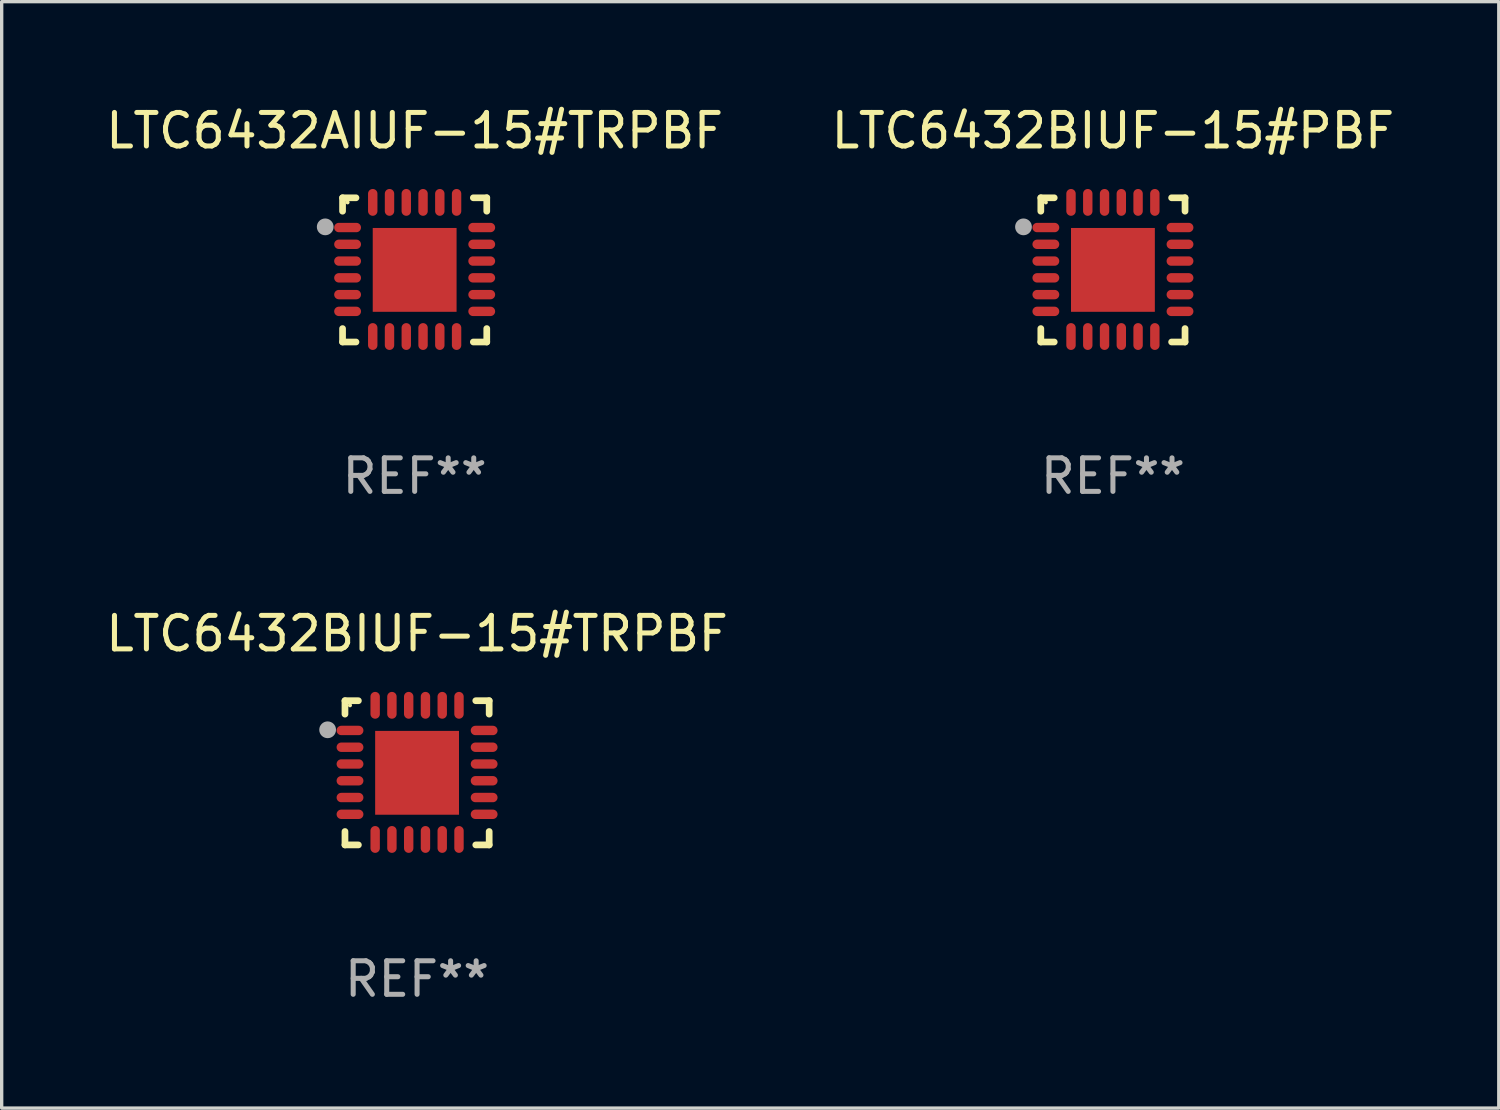
<source format=kicad_pcb>
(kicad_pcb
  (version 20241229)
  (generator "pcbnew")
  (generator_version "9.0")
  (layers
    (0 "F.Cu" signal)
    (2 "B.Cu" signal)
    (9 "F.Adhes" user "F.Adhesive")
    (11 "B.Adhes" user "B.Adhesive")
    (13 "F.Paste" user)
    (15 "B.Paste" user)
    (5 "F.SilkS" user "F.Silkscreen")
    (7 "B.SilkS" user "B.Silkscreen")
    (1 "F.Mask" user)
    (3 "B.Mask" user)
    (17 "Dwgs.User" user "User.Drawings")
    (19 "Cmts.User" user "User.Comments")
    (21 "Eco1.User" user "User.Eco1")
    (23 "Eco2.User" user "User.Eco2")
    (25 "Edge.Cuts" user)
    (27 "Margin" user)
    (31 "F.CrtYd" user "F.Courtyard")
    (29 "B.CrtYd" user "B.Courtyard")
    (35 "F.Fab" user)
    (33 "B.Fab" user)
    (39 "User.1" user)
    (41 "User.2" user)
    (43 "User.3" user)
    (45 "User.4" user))
  (footprint "LTC6432BIUF-15#PBF"
    (layer "F.Cu")
    (at 30.137 4.998)
    (property "Reference" "LTC6432BIUF-15#PBF" (at 0 -4.15 0) (layer "F.SilkS") (effects (font (size 1 1) (thickness 0.15))))
    (attr through_hole)
    (fp_line (start -2.15 -2.15) (end -1.75 -2.15) (stroke (width 0.2) (type solid)) (layer "F.SilkS"))
    (fp_line (start -2.15 -1.75) (end -2.15 -2.15) (stroke (width 0.2) (type solid)) (layer "F.SilkS"))
    (fp_line (start -2.15 2.15) (end -2.15 1.75) (stroke (width 0.2) (type solid)) (layer "F.SilkS"))
    (fp_line (start -1.75 2.15) (end -2.15 2.15) (stroke (width 0.2) (type solid)) (layer "F.SilkS"))
    (fp_line (start 1.75 -2.15) (end 2.15 -2.15) (stroke (width 0.2) (type solid)) (layer "F.SilkS"))
    (fp_line (start 1.75 2.15) (end 2.15 2.15) (stroke (width 0.2) (type solid)) (layer "F.SilkS"))
    (fp_line (start 2.15 -2.15) (end 2.15 -1.75) (stroke (width 0.2) (type solid)) (layer "F.SilkS"))
    (fp_line (start 2.15 2.15) (end 2.15 1.75) (stroke (width 0.2) (type solid)) (layer "F.SilkS"))
    (fp_circle (center -2 -2.013) (end -1.97 -2.013) (stroke (width 0.06) (type solid)) (fill no) (layer "F.SilkS"))
    (fp_circle (center -2.667 -1.283) (end -2.542 -1.283) (stroke (width 0.25) (type solid)) (fill no) (layer "F.Fab"))
    (fp_text user "REF**" (at 0 6.15 0) (layer "F.Fab") (effects (font (size 1 1) (thickness 0.15))))
    (pad "1" smd oval (at -2 -1.263) (size 0.8 0.28) (layers "F.Cu" "F.Mask" "F.Paste"))
    (pad "2" smd oval (at -2 -0.763) (size 0.8 0.28) (layers "F.Cu" "F.Mask" "F.Paste"))
    (pad "3" smd oval (at -2 -0.263) (size 0.8 0.28) (layers "F.Cu" "F.Mask" "F.Paste"))
    (pad "4" smd oval (at -2 0.237) (size 0.8 0.28) (layers "F.Cu" "F.Mask" "F.Paste"))
    (pad "5" smd oval (at -2 0.737) (size 0.8 0.28) (layers "F.Cu" "F.Mask" "F.Paste"))
    (pad "6" smd oval (at -2 1.237) (size 0.8 0.28) (layers "F.Cu" "F.Mask" "F.Paste"))
    (pad "7" smd oval (at -1.25 1.987) (size 0.28 0.8) (layers "F.Cu" "F.Mask" "F.Paste"))
    (pad "8" smd oval (at -0.75 1.987) (size 0.28 0.8) (layers "F.Cu" "F.Mask" "F.Paste"))
    (pad "9" smd oval (at -0.25 1.987) (size 0.28 0.8) (layers "F.Cu" "F.Mask" "F.Paste"))
    (pad "10" smd oval (at 0.25 1.987) (size 0.28 0.8) (layers "F.Cu" "F.Mask" "F.Paste"))
    (pad "11" smd oval (at 0.75 1.987) (size 0.28 0.8) (layers "F.Cu" "F.Mask" "F.Paste"))
    (pad "12" smd oval (at 1.25 1.987) (size 0.28 0.8) (layers "F.Cu" "F.Mask" "F.Paste"))
    (pad "13" smd oval (at 2 1.237) (size 0.8 0.28) (layers "F.Cu" "F.Mask" "F.Paste"))
    (pad "14" smd oval (at 2 0.737) (size 0.8 0.28) (layers "F.Cu" "F.Mask" "F.Paste"))
    (pad "15" smd oval (at 2 0.237) (size 0.8 0.28) (layers "F.Cu" "F.Mask" "F.Paste"))
    (pad "16" smd oval (at 2 -0.263) (size 0.8 0.28) (layers "F.Cu" "F.Mask" "F.Paste"))
    (pad "17" smd oval (at 2 -0.763) (size 0.8 0.28) (layers "F.Cu" "F.Mask" "F.Paste"))
    (pad "18" smd oval (at 2 -1.263) (size 0.8 0.28) (layers "F.Cu" "F.Mask" "F.Paste"))
    (pad "19" smd oval (at 1.25 -2.013) (size 0.28 0.8) (layers "F.Cu" "F.Mask" "F.Paste"))
    (pad "20" smd oval (at 0.75 -2.013) (size 0.28 0.8) (layers "F.Cu" "F.Mask" "F.Paste"))
    (pad "21" smd oval (at 0.25 -2.013) (size 0.28 0.8) (layers "F.Cu" "F.Mask" "F.Paste"))
    (pad "22" smd oval (at -0.25 -2.013) (size 0.28 0.8) (layers "F.Cu" "F.Mask" "F.Paste"))
    (pad "23" smd oval (at -0.75 -2.013) (size 0.28 0.8) (layers "F.Cu" "F.Mask" "F.Paste"))
    (pad "24" smd oval (at -1.25 -2.013) (size 0.28 0.8) (layers "F.Cu" "F.Mask" "F.Paste"))
    (pad "25" smd rect (at -0.000127 -0.00014) (size 2.5 2.5) (layers "F.Cu" "F.Mask" "F.Paste")))
  (footprint "LTC6432BIUF-15#TRPBF"
    (layer "F.Cu")
    (at 9.387 19.995)
    (property "Reference" "LTC6432BIUF-15#TRPBF" (at 0 -4.15 0) (layer "F.SilkS") (effects (font (size 1 1) (thickness 0.15))))
    (attr through_hole)
    (fp_line (start -2.15 -2.15) (end -1.75 -2.15) (stroke (width 0.2) (type solid)) (layer "F.SilkS"))
    (fp_line (start -2.15 -1.75) (end -2.15 -2.15) (stroke (width 0.2) (type solid)) (layer "F.SilkS"))
    (fp_line (start -2.15 2.15) (end -2.15 1.75) (stroke (width 0.2) (type solid)) (layer "F.SilkS"))
    (fp_line (start -1.75 2.15) (end -2.15 2.15) (stroke (width 0.2) (type solid)) (layer "F.SilkS"))
    (fp_line (start 1.75 -2.15) (end 2.15 -2.15) (stroke (width 0.2) (type solid)) (layer "F.SilkS"))
    (fp_line (start 1.75 2.15) (end 2.15 2.15) (stroke (width 0.2) (type solid)) (layer "F.SilkS"))
    (fp_line (start 2.15 -2.15) (end 2.15 -1.75) (stroke (width 0.2) (type solid)) (layer "F.SilkS"))
    (fp_line (start 2.15 2.15) (end 2.15 1.75) (stroke (width 0.2) (type solid)) (layer "F.SilkS"))
    (fp_circle (center -2 -2.013) (end -1.97 -2.013) (stroke (width 0.06) (type solid)) (fill no) (layer "F.SilkS"))
    (fp_circle (center -2.667 -1.283) (end -2.542 -1.283) (stroke (width 0.25) (type solid)) (fill no) (layer "F.Fab"))
    (fp_text user "REF**" (at 0 6.15 0) (layer "F.Fab") (effects (font (size 1 1) (thickness 0.15))))
    (pad "1" smd oval (at -2 -1.263) (size 0.8 0.28) (layers "F.Cu" "F.Mask" "F.Paste"))
    (pad "2" smd oval (at -2 -0.763) (size 0.8 0.28) (layers "F.Cu" "F.Mask" "F.Paste"))
    (pad "3" smd oval (at -2 -0.263) (size 0.8 0.28) (layers "F.Cu" "F.Mask" "F.Paste"))
    (pad "4" smd oval (at -2 0.237) (size 0.8 0.28) (layers "F.Cu" "F.Mask" "F.Paste"))
    (pad "5" smd oval (at -2 0.737) (size 0.8 0.28) (layers "F.Cu" "F.Mask" "F.Paste"))
    (pad "6" smd oval (at -2 1.237) (size 0.8 0.28) (layers "F.Cu" "F.Mask" "F.Paste"))
    (pad "7" smd oval (at -1.25 1.987) (size 0.28 0.8) (layers "F.Cu" "F.Mask" "F.Paste"))
    (pad "8" smd oval (at -0.75 1.987) (size 0.28 0.8) (layers "F.Cu" "F.Mask" "F.Paste"))
    (pad "9" smd oval (at -0.25 1.987) (size 0.28 0.8) (layers "F.Cu" "F.Mask" "F.Paste"))
    (pad "10" smd oval (at 0.25 1.987) (size 0.28 0.8) (layers "F.Cu" "F.Mask" "F.Paste"))
    (pad "11" smd oval (at 0.75 1.987) (size 0.28 0.8) (layers "F.Cu" "F.Mask" "F.Paste"))
    (pad "12" smd oval (at 1.25 1.987) (size 0.28 0.8) (layers "F.Cu" "F.Mask" "F.Paste"))
    (pad "13" smd oval (at 2 1.237) (size 0.8 0.28) (layers "F.Cu" "F.Mask" "F.Paste"))
    (pad "14" smd oval (at 2 0.737) (size 0.8 0.28) (layers "F.Cu" "F.Mask" "F.Paste"))
    (pad "15" smd oval (at 2 0.237) (size 0.8 0.28) (layers "F.Cu" "F.Mask" "F.Paste"))
    (pad "16" smd oval (at 2 -0.263) (size 0.8 0.28) (layers "F.Cu" "F.Mask" "F.Paste"))
    (pad "17" smd oval (at 2 -0.763) (size 0.8 0.28) (layers "F.Cu" "F.Mask" "F.Paste"))
    (pad "18" smd oval (at 2 -1.263) (size 0.8 0.28) (layers "F.Cu" "F.Mask" "F.Paste"))
    (pad "19" smd oval (at 1.25 -2.013) (size 0.28 0.8) (layers "F.Cu" "F.Mask" "F.Paste"))
    (pad "20" smd oval (at 0.75 -2.013) (size 0.28 0.8) (layers "F.Cu" "F.Mask" "F.Paste"))
    (pad "21" smd oval (at 0.25 -2.013) (size 0.28 0.8) (layers "F.Cu" "F.Mask" "F.Paste"))
    (pad "22" smd oval (at -0.25 -2.013) (size 0.28 0.8) (layers "F.Cu" "F.Mask" "F.Paste"))
    (pad "23" smd oval (at -0.75 -2.013) (size 0.28 0.8) (layers "F.Cu" "F.Mask" "F.Paste"))
    (pad "24" smd oval (at -1.25 -2.013) (size 0.28 0.8) (layers "F.Cu" "F.Mask" "F.Paste"))
    (pad "25" smd rect (at -0.000127 -0.00014) (size 2.5 2.5) (layers "F.Cu" "F.Mask" "F.Paste")))
  (footprint "LTC6432AIUF-15#TRPBF"
    (layer "F.Cu")
    (at 9.315 4.998)
    (property "Reference" "LTC6432AIUF-15#TRPBF" (at 0 -4.15 0) (layer "F.SilkS") (effects (font (size 1 1) (thickness 0.15))))
    (attr through_hole)
    (fp_line (start -2.15 -2.15) (end -1.75 -2.15) (stroke (width 0.2) (type solid)) (layer "F.SilkS"))
    (fp_line (start -2.15 -1.75) (end -2.15 -2.15) (stroke (width 0.2) (type solid)) (layer "F.SilkS"))
    (fp_line (start -2.15 2.15) (end -2.15 1.75) (stroke (width 0.2) (type solid)) (layer "F.SilkS"))
    (fp_line (start -1.75 2.15) (end -2.15 2.15) (stroke (width 0.2) (type solid)) (layer "F.SilkS"))
    (fp_line (start 1.75 -2.15) (end 2.15 -2.15) (stroke (width 0.2) (type solid)) (layer "F.SilkS"))
    (fp_line (start 1.75 2.15) (end 2.15 2.15) (stroke (width 0.2) (type solid)) (layer "F.SilkS"))
    (fp_line (start 2.15 -2.15) (end 2.15 -1.75) (stroke (width 0.2) (type solid)) (layer "F.SilkS"))
    (fp_line (start 2.15 2.15) (end 2.15 1.75) (stroke (width 0.2) (type solid)) (layer "F.SilkS"))
    (fp_circle (center -2 -2.013) (end -1.97 -2.013) (stroke (width 0.06) (type solid)) (fill no) (layer "F.SilkS"))
    (fp_circle (center -2.667 -1.283) (end -2.542 -1.283) (stroke (width 0.25) (type solid)) (fill no) (layer "F.Fab"))
    (fp_text user "REF**" (at 0 6.15 0) (layer "F.Fab") (effects (font (size 1 1) (thickness 0.15))))
    (pad "1" smd oval (at -2 -1.263) (size 0.8 0.28) (layers "F.Cu" "F.Mask" "F.Paste"))
    (pad "2" smd oval (at -2 -0.763) (size 0.8 0.28) (layers "F.Cu" "F.Mask" "F.Paste"))
    (pad "3" smd oval (at -2 -0.263) (size 0.8 0.28) (layers "F.Cu" "F.Mask" "F.Paste"))
    (pad "4" smd oval (at -2 0.237) (size 0.8 0.28) (layers "F.Cu" "F.Mask" "F.Paste"))
    (pad "5" smd oval (at -2 0.737) (size 0.8 0.28) (layers "F.Cu" "F.Mask" "F.Paste"))
    (pad "6" smd oval (at -2 1.237) (size 0.8 0.28) (layers "F.Cu" "F.Mask" "F.Paste"))
    (pad "7" smd oval (at -1.25 1.987) (size 0.28 0.8) (layers "F.Cu" "F.Mask" "F.Paste"))
    (pad "8" smd oval (at -0.75 1.987) (size 0.28 0.8) (layers "F.Cu" "F.Mask" "F.Paste"))
    (pad "9" smd oval (at -0.25 1.987) (size 0.28 0.8) (layers "F.Cu" "F.Mask" "F.Paste"))
    (pad "10" smd oval (at 0.25 1.987) (size 0.28 0.8) (layers "F.Cu" "F.Mask" "F.Paste"))
    (pad "11" smd oval (at 0.75 1.987) (size 0.28 0.8) (layers "F.Cu" "F.Mask" "F.Paste"))
    (pad "12" smd oval (at 1.25 1.987) (size 0.28 0.8) (layers "F.Cu" "F.Mask" "F.Paste"))
    (pad "13" smd oval (at 2 1.237) (size 0.8 0.28) (layers "F.Cu" "F.Mask" "F.Paste"))
    (pad "14" smd oval (at 2 0.737) (size 0.8 0.28) (layers "F.Cu" "F.Mask" "F.Paste"))
    (pad "15" smd oval (at 2 0.237) (size 0.8 0.28) (layers "F.Cu" "F.Mask" "F.Paste"))
    (pad "16" smd oval (at 2 -0.263) (size 0.8 0.28) (layers "F.Cu" "F.Mask" "F.Paste"))
    (pad "17" smd oval (at 2 -0.763) (size 0.8 0.28) (layers "F.Cu" "F.Mask" "F.Paste"))
    (pad "18" smd oval (at 2 -1.263) (size 0.8 0.28) (layers "F.Cu" "F.Mask" "F.Paste"))
    (pad "19" smd oval (at 1.25 -2.013) (size 0.28 0.8) (layers "F.Cu" "F.Mask" "F.Paste"))
    (pad "20" smd oval (at 0.75 -2.013) (size 0.28 0.8) (layers "F.Cu" "F.Mask" "F.Paste"))
    (pad "21" smd oval (at 0.25 -2.013) (size 0.28 0.8) (layers "F.Cu" "F.Mask" "F.Paste"))
    (pad "22" smd oval (at -0.25 -2.013) (size 0.28 0.8) (layers "F.Cu" "F.Mask" "F.Paste"))
    (pad "23" smd oval (at -0.75 -2.013) (size 0.28 0.8) (layers "F.Cu" "F.Mask" "F.Paste"))
    (pad "24" smd oval (at -1.25 -2.013) (size 0.28 0.8) (layers "F.Cu" "F.Mask" "F.Paste"))
    (pad "25" smd rect (at -0.000127 -0.00014) (size 2.5 2.5) (layers "F.Cu" "F.Mask" "F.Paste")))
  (gr_rect
    (start -3 -3)
    (end 41.643 29.993)
    (stroke (width 0.1) (type default))
    (fill no)
    (layer "Edge.Cuts")))
</source>
